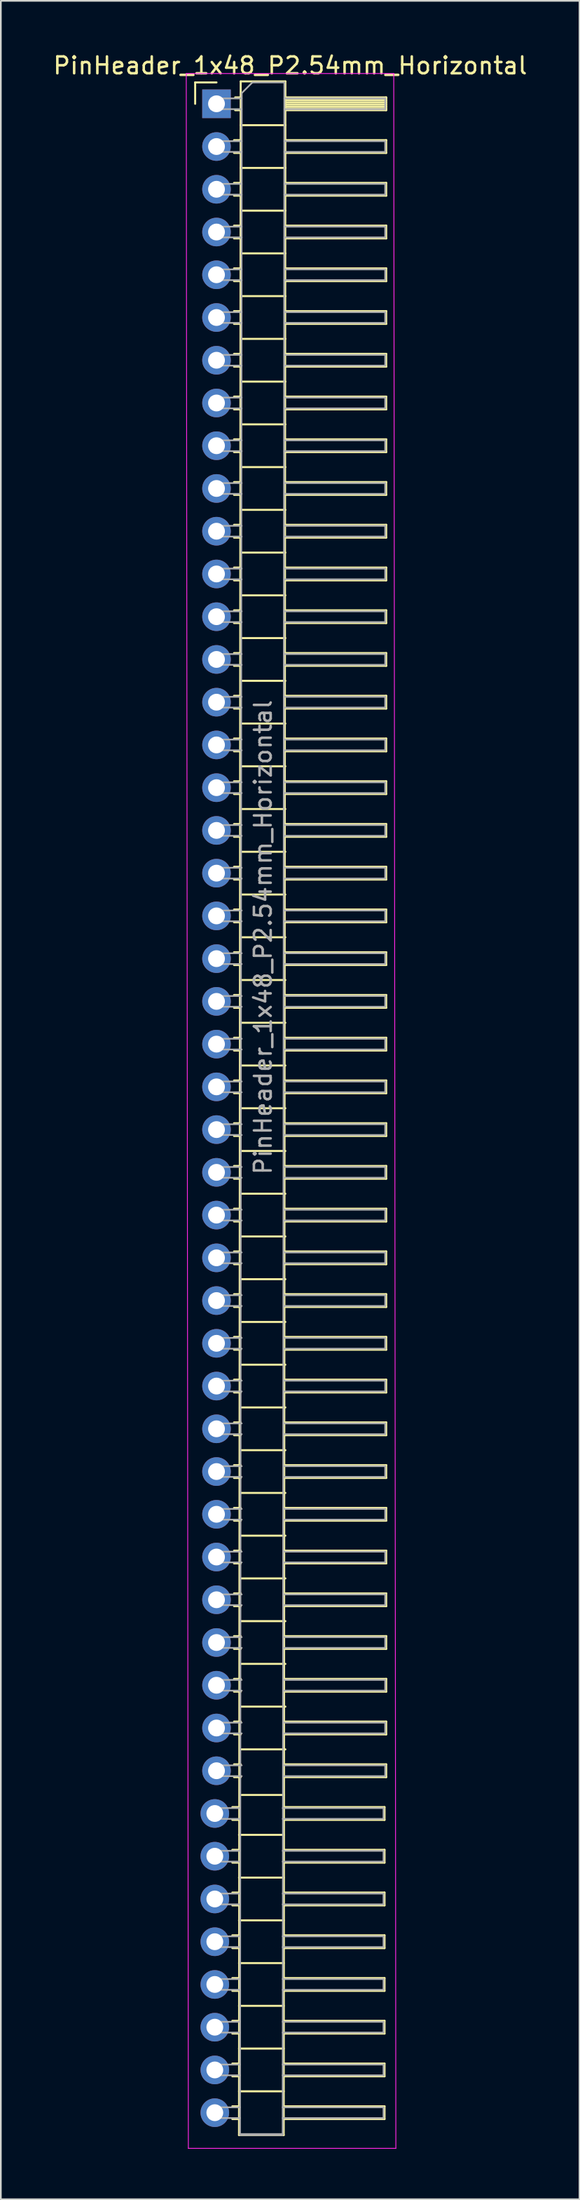
<source format=kicad_pcb>
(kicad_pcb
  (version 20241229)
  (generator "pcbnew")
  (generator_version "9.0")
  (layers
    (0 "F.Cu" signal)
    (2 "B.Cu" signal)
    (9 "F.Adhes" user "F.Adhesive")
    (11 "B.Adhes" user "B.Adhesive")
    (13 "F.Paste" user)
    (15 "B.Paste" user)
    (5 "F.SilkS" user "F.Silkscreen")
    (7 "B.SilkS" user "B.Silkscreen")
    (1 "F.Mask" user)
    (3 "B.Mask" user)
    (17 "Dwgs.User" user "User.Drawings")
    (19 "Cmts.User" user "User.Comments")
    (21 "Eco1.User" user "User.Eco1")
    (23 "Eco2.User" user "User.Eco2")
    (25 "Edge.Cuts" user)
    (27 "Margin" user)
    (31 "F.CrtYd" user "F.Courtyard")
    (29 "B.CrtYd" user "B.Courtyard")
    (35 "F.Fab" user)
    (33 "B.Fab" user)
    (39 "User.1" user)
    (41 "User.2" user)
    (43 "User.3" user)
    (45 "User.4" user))
  (footprint "PinHeader_1x48_P2.54mm_Horizontal"
    (layer "F.Cu")
    (at 9.835 3.118)
    (property "Reference" "PinHeader_1x48_P2.54mm_Horizontal" (at 4.385 -2.27 0) (layer "F.SilkS") (effects (font (size 1 1) (thickness 0.15))))
    (attr through_hole)
    (fp_line (start -1.27 -1.27) (end 0 -1.27) (stroke (width 0.12) (type solid)) (layer "F.SilkS"))
    (fp_line (start -1.27 0) (end -1.27 -1.27) (stroke (width 0.12) (type solid)) (layer "F.SilkS"))
    (fp_line (start 0.943 101.22) (end 1.34 101.22) (stroke (width 0.12) (type solid)) (layer "F.SilkS"))
    (fp_line (start 0.943 101.98) (end 1.34 101.98) (stroke (width 0.12) (type solid)) (layer "F.SilkS"))
    (fp_line (start 0.943 103.76) (end 1.34 103.76) (stroke (width 0.12) (type solid)) (layer "F.SilkS"))
    (fp_line (start 0.943 104.52) (end 1.34 104.52) (stroke (width 0.12) (type solid)) (layer "F.SilkS"))
    (fp_line (start 0.943 106.3) (end 1.34 106.3) (stroke (width 0.12) (type solid)) (layer "F.SilkS"))
    (fp_line (start 0.943 107.06) (end 1.34 107.06) (stroke (width 0.12) (type solid)) (layer "F.SilkS"))
    (fp_line (start 0.943 108.84) (end 1.34 108.84) (stroke (width 0.12) (type solid)) (layer "F.SilkS"))
    (fp_line (start 0.943 109.6) (end 1.34 109.6) (stroke (width 0.12) (type solid)) (layer "F.SilkS"))
    (fp_line (start 0.943 111.38) (end 1.34 111.38) (stroke (width 0.12) (type solid)) (layer "F.SilkS"))
    (fp_line (start 0.943 112.14) (end 1.34 112.14) (stroke (width 0.12) (type solid)) (layer "F.SilkS"))
    (fp_line (start 0.943 113.92) (end 1.34 113.92) (stroke (width 0.12) (type solid)) (layer "F.SilkS"))
    (fp_line (start 0.943 114.68) (end 1.34 114.68) (stroke (width 0.12) (type solid)) (layer "F.SilkS"))
    (fp_line (start 0.943 116.46) (end 1.34 116.46) (stroke (width 0.12) (type solid)) (layer "F.SilkS"))
    (fp_line (start 0.943 117.22) (end 1.34 117.22) (stroke (width 0.12) (type solid)) (layer "F.SilkS"))
    (fp_line (start 0.943 119) (end 1.34 119) (stroke (width 0.12) (type solid)) (layer "F.SilkS"))
    (fp_line (start 0.943 119.76) (end 1.34 119.76) (stroke (width 0.12) (type solid)) (layer "F.SilkS"))
    (fp_line (start 1.043 2.16) (end 1.44 2.16) (stroke (width 0.12) (type solid)) (layer "F.SilkS"))
    (fp_line (start 1.043 2.92) (end 1.44 2.92) (stroke (width 0.12) (type solid)) (layer "F.SilkS"))
    (fp_line (start 1.043 4.7) (end 1.44 4.7) (stroke (width 0.12) (type solid)) (layer "F.SilkS"))
    (fp_line (start 1.043 5.46) (end 1.44 5.46) (stroke (width 0.12) (type solid)) (layer "F.SilkS"))
    (fp_line (start 1.043 7.24) (end 1.44 7.24) (stroke (width 0.12) (type solid)) (layer "F.SilkS"))
    (fp_line (start 1.043 8) (end 1.44 8) (stroke (width 0.12) (type solid)) (layer "F.SilkS"))
    (fp_line (start 1.043 9.78) (end 1.44 9.78) (stroke (width 0.12) (type solid)) (layer "F.SilkS"))
    (fp_line (start 1.043 10.54) (end 1.44 10.54) (stroke (width 0.12) (type solid)) (layer "F.SilkS"))
    (fp_line (start 1.043 12.32) (end 1.44 12.32) (stroke (width 0.12) (type solid)) (layer "F.SilkS"))
    (fp_line (start 1.043 13.08) (end 1.44 13.08) (stroke (width 0.12) (type solid)) (layer "F.SilkS"))
    (fp_line (start 1.043 14.86) (end 1.44 14.86) (stroke (width 0.12) (type solid)) (layer "F.SilkS"))
    (fp_line (start 1.043 15.62) (end 1.44 15.62) (stroke (width 0.12) (type solid)) (layer "F.SilkS"))
    (fp_line (start 1.043 17.4) (end 1.44 17.4) (stroke (width 0.12) (type solid)) (layer "F.SilkS"))
    (fp_line (start 1.043 18.16) (end 1.44 18.16) (stroke (width 0.12) (type solid)) (layer "F.SilkS"))
    (fp_line (start 1.043 19.94) (end 1.44 19.94) (stroke (width 0.12) (type solid)) (layer "F.SilkS"))
    (fp_line (start 1.043 20.7) (end 1.44 20.7) (stroke (width 0.12) (type solid)) (layer "F.SilkS"))
    (fp_line (start 1.043 22.48) (end 1.44 22.48) (stroke (width 0.12) (type solid)) (layer "F.SilkS"))
    (fp_line (start 1.043 23.24) (end 1.44 23.24) (stroke (width 0.12) (type solid)) (layer "F.SilkS"))
    (fp_line (start 1.043 25.02) (end 1.44 25.02) (stroke (width 0.12) (type solid)) (layer "F.SilkS"))
    (fp_line (start 1.043 25.78) (end 1.44 25.78) (stroke (width 0.12) (type solid)) (layer "F.SilkS"))
    (fp_line (start 1.043 27.56) (end 1.44 27.56) (stroke (width 0.12) (type solid)) (layer "F.SilkS"))
    (fp_line (start 1.043 28.32) (end 1.44 28.32) (stroke (width 0.12) (type solid)) (layer "F.SilkS"))
    (fp_line (start 1.043 30.1) (end 1.44 30.1) (stroke (width 0.12) (type solid)) (layer "F.SilkS"))
    (fp_line (start 1.043 30.86) (end 1.44 30.86) (stroke (width 0.12) (type solid)) (layer "F.SilkS"))
    (fp_line (start 1.043 32.64) (end 1.44 32.64) (stroke (width 0.12) (type solid)) (layer "F.SilkS"))
    (fp_line (start 1.043 33.4) (end 1.44 33.4) (stroke (width 0.12) (type solid)) (layer "F.SilkS"))
    (fp_line (start 1.043 35.18) (end 1.44 35.18) (stroke (width 0.12) (type solid)) (layer "F.SilkS"))
    (fp_line (start 1.043 35.94) (end 1.44 35.94) (stroke (width 0.12) (type solid)) (layer "F.SilkS"))
    (fp_line (start 1.043 37.72) (end 1.44 37.72) (stroke (width 0.12) (type solid)) (layer "F.SilkS"))
    (fp_line (start 1.043 38.48) (end 1.44 38.48) (stroke (width 0.12) (type solid)) (layer "F.SilkS"))
    (fp_line (start 1.043 40.26) (end 1.44 40.26) (stroke (width 0.12) (type solid)) (layer "F.SilkS"))
    (fp_line (start 1.043 41.02) (end 1.44 41.02) (stroke (width 0.12) (type solid)) (layer "F.SilkS"))
    (fp_line (start 1.043 42.8) (end 1.44 42.8) (stroke (width 0.12) (type solid)) (layer "F.SilkS"))
    (fp_line (start 1.043 43.56) (end 1.44 43.56) (stroke (width 0.12) (type solid)) (layer "F.SilkS"))
    (fp_line (start 1.043 45.34) (end 1.44 45.34) (stroke (width 0.12) (type solid)) (layer "F.SilkS"))
    (fp_line (start 1.043 46.1) (end 1.44 46.1) (stroke (width 0.12) (type solid)) (layer "F.SilkS"))
    (fp_line (start 1.043 47.88) (end 1.44 47.88) (stroke (width 0.12) (type solid)) (layer "F.SilkS"))
    (fp_line (start 1.043 48.64) (end 1.44 48.64) (stroke (width 0.12) (type solid)) (layer "F.SilkS"))
    (fp_line (start 1.043 50.42) (end 1.44 50.42) (stroke (width 0.12) (type solid)) (layer "F.SilkS"))
    (fp_line (start 1.043 51.18) (end 1.44 51.18) (stroke (width 0.12) (type solid)) (layer "F.SilkS"))
    (fp_line (start 1.043 52.96) (end 1.44 52.96) (stroke (width 0.12) (type solid)) (layer "F.SilkS"))
    (fp_line (start 1.043 53.72) (end 1.44 53.72) (stroke (width 0.12) (type solid)) (layer "F.SilkS"))
    (fp_line (start 1.043 55.5) (end 1.44 55.5) (stroke (width 0.12) (type solid)) (layer "F.SilkS"))
    (fp_line (start 1.043 56.26) (end 1.44 56.26) (stroke (width 0.12) (type solid)) (layer "F.SilkS"))
    (fp_line (start 1.043 58.04) (end 1.44 58.04) (stroke (width 0.12) (type solid)) (layer "F.SilkS"))
    (fp_line (start 1.043 58.8) (end 1.44 58.8) (stroke (width 0.12) (type solid)) (layer "F.SilkS"))
    (fp_line (start 1.043 60.58) (end 1.44 60.58) (stroke (width 0.12) (type solid)) (layer "F.SilkS"))
    (fp_line (start 1.043 61.34) (end 1.44 61.34) (stroke (width 0.12) (type solid)) (layer "F.SilkS"))
    (fp_line (start 1.043 63.12) (end 1.44 63.12) (stroke (width 0.12) (type solid)) (layer "F.SilkS"))
    (fp_line (start 1.043 63.88) (end 1.44 63.88) (stroke (width 0.12) (type solid)) (layer "F.SilkS"))
    (fp_line (start 1.043 65.66) (end 1.44 65.66) (stroke (width 0.12) (type solid)) (layer "F.SilkS"))
    (fp_line (start 1.043 66.42) (end 1.44 66.42) (stroke (width 0.12) (type solid)) (layer "F.SilkS"))
    (fp_line (start 1.043 68.2) (end 1.44 68.2) (stroke (width 0.12) (type solid)) (layer "F.SilkS"))
    (fp_line (start 1.043 68.96) (end 1.44 68.96) (stroke (width 0.12) (type solid)) (layer "F.SilkS"))
    (fp_line (start 1.043 70.74) (end 1.44 70.74) (stroke (width 0.12) (type solid)) (layer "F.SilkS"))
    (fp_line (start 1.043 71.5) (end 1.44 71.5) (stroke (width 0.12) (type solid)) (layer "F.SilkS"))
    (fp_line (start 1.043 73.28) (end 1.44 73.28) (stroke (width 0.12) (type solid)) (layer "F.SilkS"))
    (fp_line (start 1.043 74.04) (end 1.44 74.04) (stroke (width 0.12) (type solid)) (layer "F.SilkS"))
    (fp_line (start 1.043 75.82) (end 1.44 75.82) (stroke (width 0.12) (type solid)) (layer "F.SilkS"))
    (fp_line (start 1.043 76.58) (end 1.44 76.58) (stroke (width 0.12) (type solid)) (layer "F.SilkS"))
    (fp_line (start 1.043 78.36) (end 1.44 78.36) (stroke (width 0.12) (type solid)) (layer "F.SilkS"))
    (fp_line (start 1.043 79.12) (end 1.44 79.12) (stroke (width 0.12) (type solid)) (layer "F.SilkS"))
    (fp_line (start 1.043 80.9) (end 1.44 80.9) (stroke (width 0.12) (type solid)) (layer "F.SilkS"))
    (fp_line (start 1.043 81.66) (end 1.44 81.66) (stroke (width 0.12) (type solid)) (layer "F.SilkS"))
    (fp_line (start 1.043 83.44) (end 1.44 83.44) (stroke (width 0.12) (type solid)) (layer "F.SilkS"))
    (fp_line (start 1.043 84.2) (end 1.44 84.2) (stroke (width 0.12) (type solid)) (layer "F.SilkS"))
    (fp_line (start 1.043 85.98) (end 1.44 85.98) (stroke (width 0.12) (type solid)) (layer "F.SilkS"))
    (fp_line (start 1.043 86.74) (end 1.44 86.74) (stroke (width 0.12) (type solid)) (layer "F.SilkS"))
    (fp_line (start 1.043 88.52) (end 1.44 88.52) (stroke (width 0.12) (type solid)) (layer "F.SilkS"))
    (fp_line (start 1.043 89.28) (end 1.44 89.28) (stroke (width 0.12) (type solid)) (layer "F.SilkS"))
    (fp_line (start 1.043 91.06) (end 1.44 91.06) (stroke (width 0.12) (type solid)) (layer "F.SilkS"))
    (fp_line (start 1.043 91.82) (end 1.44 91.82) (stroke (width 0.12) (type solid)) (layer "F.SilkS"))
    (fp_line (start 1.043 93.6) (end 1.44 93.6) (stroke (width 0.12) (type solid)) (layer "F.SilkS"))
    (fp_line (start 1.043 94.36) (end 1.44 94.36) (stroke (width 0.12) (type solid)) (layer "F.SilkS"))
    (fp_line (start 1.043 96.14) (end 1.44 96.14) (stroke (width 0.12) (type solid)) (layer "F.SilkS"))
    (fp_line (start 1.043 96.9) (end 1.44 96.9) (stroke (width 0.12) (type solid)) (layer "F.SilkS"))
    (fp_line (start 1.043 98.68) (end 1.44 98.68) (stroke (width 0.12) (type solid)) (layer "F.SilkS"))
    (fp_line (start 1.043 99.44) (end 1.44 99.44) (stroke (width 0.12) (type solid)) (layer "F.SilkS"))
    (fp_line (start 1.11 -0.38) (end 1.44 -0.38) (stroke (width 0.12) (type solid)) (layer "F.SilkS"))
    (fp_line (start 1.11 0.38) (end 1.44 0.38) (stroke (width 0.12) (type solid)) (layer "F.SilkS"))
    (fp_line (start 1.34 102.87) (end 4 102.87) (stroke (width 0.12) (type solid)) (layer "F.SilkS"))
    (fp_line (start 1.34 105.41) (end 4 105.41) (stroke (width 0.12) (type solid)) (layer "F.SilkS"))
    (fp_line (start 1.34 107.95) (end 4 107.95) (stroke (width 0.12) (type solid)) (layer "F.SilkS"))
    (fp_line (start 1.34 110.49) (end 4 110.49) (stroke (width 0.12) (type solid)) (layer "F.SilkS"))
    (fp_line (start 1.34 113.03) (end 4 113.03) (stroke (width 0.12) (type solid)) (layer "F.SilkS"))
    (fp_line (start 1.34 115.57) (end 4 115.57) (stroke (width 0.12) (type solid)) (layer "F.SilkS"))
    (fp_line (start 1.34 118.11) (end 4 118.11) (stroke (width 0.12) (type solid)) (layer "F.SilkS"))
    (fp_line (start 1.34 120.71) (end 4 120.71) (stroke (width 0.12) (type solid)) (layer "F.SilkS"))
    (fp_line (start 1.44 -1.33) (end 1.34 120.71) (stroke (width 0.12) (type solid)) (layer "F.SilkS"))
    (fp_line (start 1.44 1.27) (end 4.1 1.27) (stroke (width 0.12) (type solid)) (layer "F.SilkS"))
    (fp_line (start 1.44 3.81) (end 4.1 3.81) (stroke (width 0.12) (type solid)) (layer "F.SilkS"))
    (fp_line (start 1.44 6.35) (end 4.1 6.35) (stroke (width 0.12) (type solid)) (layer "F.SilkS"))
    (fp_line (start 1.44 8.89) (end 4.1 8.89) (stroke (width 0.12) (type solid)) (layer "F.SilkS"))
    (fp_line (start 1.44 11.43) (end 4.1 11.43) (stroke (width 0.12) (type solid)) (layer "F.SilkS"))
    (fp_line (start 1.44 13.97) (end 4.1 13.97) (stroke (width 0.12) (type solid)) (layer "F.SilkS"))
    (fp_line (start 1.44 16.51) (end 4.1 16.51) (stroke (width 0.12) (type solid)) (layer "F.SilkS"))
    (fp_line (start 1.44 19.05) (end 4.1 19.05) (stroke (width 0.12) (type solid)) (layer "F.SilkS"))
    (fp_line (start 1.44 21.59) (end 4.1 21.59) (stroke (width 0.12) (type solid)) (layer "F.SilkS"))
    (fp_line (start 1.44 24.13) (end 4.1 24.13) (stroke (width 0.12) (type solid)) (layer "F.SilkS"))
    (fp_line (start 1.44 26.67) (end 4.1 26.67) (stroke (width 0.12) (type solid)) (layer "F.SilkS"))
    (fp_line (start 1.44 29.21) (end 4.1 29.21) (stroke (width 0.12) (type solid)) (layer "F.SilkS"))
    (fp_line (start 1.44 31.75) (end 4.1 31.75) (stroke (width 0.12) (type solid)) (layer "F.SilkS"))
    (fp_line (start 1.44 34.29) (end 4.1 34.29) (stroke (width 0.12) (type solid)) (layer "F.SilkS"))
    (fp_line (start 1.44 36.83) (end 4.1 36.83) (stroke (width 0.12) (type solid)) (layer "F.SilkS"))
    (fp_line (start 1.44 39.37) (end 4.1 39.37) (stroke (width 0.12) (type solid)) (layer "F.SilkS"))
    (fp_line (start 1.44 41.91) (end 4.1 41.91) (stroke (width 0.12) (type solid)) (layer "F.SilkS"))
    (fp_line (start 1.44 44.45) (end 4.1 44.45) (stroke (width 0.12) (type solid)) (layer "F.SilkS"))
    (fp_line (start 1.44 46.99) (end 4.1 46.99) (stroke (width 0.12) (type solid)) (layer "F.SilkS"))
    (fp_line (start 1.44 49.53) (end 4.1 49.53) (stroke (width 0.12) (type solid)) (layer "F.SilkS"))
    (fp_line (start 1.44 52.07) (end 4.1 52.07) (stroke (width 0.12) (type solid)) (layer "F.SilkS"))
    (fp_line (start 1.44 54.61) (end 4.1 54.61) (stroke (width 0.12) (type solid)) (layer "F.SilkS"))
    (fp_line (start 1.44 57.15) (end 4.1 57.15) (stroke (width 0.12) (type solid)) (layer "F.SilkS"))
    (fp_line (start 1.44 59.69) (end 4.1 59.69) (stroke (width 0.12) (type solid)) (layer "F.SilkS"))
    (fp_line (start 1.44 62.23) (end 4.1 62.23) (stroke (width 0.12) (type solid)) (layer "F.SilkS"))
    (fp_line (start 1.44 64.77) (end 4.1 64.77) (stroke (width 0.12) (type solid)) (layer "F.SilkS"))
    (fp_line (start 1.44 67.31) (end 4.1 67.31) (stroke (width 0.12) (type solid)) (layer "F.SilkS"))
    (fp_line (start 1.44 69.85) (end 4.1 69.85) (stroke (width 0.12) (type solid)) (layer "F.SilkS"))
    (fp_line (start 1.44 72.39) (end 4.1 72.39) (stroke (width 0.12) (type solid)) (layer "F.SilkS"))
    (fp_line (start 1.44 74.93) (end 4.1 74.93) (stroke (width 0.12) (type solid)) (layer "F.SilkS"))
    (fp_line (start 1.44 77.47) (end 4.1 77.47) (stroke (width 0.12) (type solid)) (layer "F.SilkS"))
    (fp_line (start 1.44 80.01) (end 4.1 80.01) (stroke (width 0.12) (type solid)) (layer "F.SilkS"))
    (fp_line (start 1.44 82.55) (end 4.1 82.55) (stroke (width 0.12) (type solid)) (layer "F.SilkS"))
    (fp_line (start 1.44 85.09) (end 4.1 85.09) (stroke (width 0.12) (type solid)) (layer "F.SilkS"))
    (fp_line (start 1.44 87.63) (end 4.1 87.63) (stroke (width 0.12) (type solid)) (layer "F.SilkS"))
    (fp_line (start 1.44 90.17) (end 4.1 90.17) (stroke (width 0.12) (type solid)) (layer "F.SilkS"))
    (fp_line (start 1.44 92.71) (end 4.1 92.71) (stroke (width 0.12) (type solid)) (layer "F.SilkS"))
    (fp_line (start 1.44 95.25) (end 4.1 95.25) (stroke (width 0.12) (type solid)) (layer "F.SilkS"))
    (fp_line (start 1.44 97.79) (end 4.1 97.79) (stroke (width 0.12) (type solid)) (layer "F.SilkS"))
    (fp_line (start 1.5 100.5) (end 4 100.5) (stroke (width 0.12) (type solid)) (layer "F.SilkS"))
    (fp_line (start 4 101.22) (end 10 101.22) (stroke (width 0.12) (type solid)) (layer "F.SilkS"))
    (fp_line (start 4 103.76) (end 10 103.76) (stroke (width 0.12) (type solid)) (layer "F.SilkS"))
    (fp_line (start 4 106.3) (end 10 106.3) (stroke (width 0.12) (type solid)) (layer "F.SilkS"))
    (fp_line (start 4 108.84) (end 10 108.84) (stroke (width 0.12) (type solid)) (layer "F.SilkS"))
    (fp_line (start 4 111.38) (end 10 111.38) (stroke (width 0.12) (type solid)) (layer "F.SilkS"))
    (fp_line (start 4 113.92) (end 10 113.92) (stroke (width 0.12) (type solid)) (layer "F.SilkS"))
    (fp_line (start 4 116.46) (end 10 116.46) (stroke (width 0.12) (type solid)) (layer "F.SilkS"))
    (fp_line (start 4 119) (end 10 119) (stroke (width 0.12) (type solid)) (layer "F.SilkS"))
    (fp_line (start 4 120.71) (end 4.1 -1.33) (stroke (width 0.12) (type solid)) (layer "F.SilkS"))
    (fp_line (start 4.1 -1.33) (end 1.44 -1.33) (stroke (width 0.12) (type solid)) (layer "F.SilkS"))
    (fp_line (start 4.1 -0.38) (end 10.1 -0.38) (stroke (width 0.12) (type solid)) (layer "F.SilkS"))
    (fp_line (start 4.1 -0.32) (end 10.1 -0.32) (stroke (width 0.12) (type solid)) (layer "F.SilkS"))
    (fp_line (start 4.1 -0.2) (end 10.1 -0.2) (stroke (width 0.12) (type solid)) (layer "F.SilkS"))
    (fp_line (start 4.1 -0.08) (end 10.1 -0.08) (stroke (width 0.12) (type solid)) (layer "F.SilkS"))
    (fp_line (start 4.1 0.04) (end 10.1 0.04) (stroke (width 0.12) (type solid)) (layer "F.SilkS"))
    (fp_line (start 4.1 0.16) (end 10.1 0.16) (stroke (width 0.12) (type solid)) (layer "F.SilkS"))
    (fp_line (start 4.1 0.28) (end 10.1 0.28) (stroke (width 0.12) (type solid)) (layer "F.SilkS"))
    (fp_line (start 4.1 2.16) (end 10.1 2.16) (stroke (width 0.12) (type solid)) (layer "F.SilkS"))
    (fp_line (start 4.1 4.7) (end 10.1 4.7) (stroke (width 0.12) (type solid)) (layer "F.SilkS"))
    (fp_line (start 4.1 7.24) (end 10.1 7.24) (stroke (width 0.12) (type solid)) (layer "F.SilkS"))
    (fp_line (start 4.1 9.78) (end 10.1 9.78) (stroke (width 0.12) (type solid)) (layer "F.SilkS"))
    (fp_line (start 4.1 12.32) (end 10.1 12.32) (stroke (width 0.12) (type solid)) (layer "F.SilkS"))
    (fp_line (start 4.1 14.86) (end 10.1 14.86) (stroke (width 0.12) (type solid)) (layer "F.SilkS"))
    (fp_line (start 4.1 17.4) (end 10.1 17.4) (stroke (width 0.12) (type solid)) (layer "F.SilkS"))
    (fp_line (start 4.1 19.94) (end 10.1 19.94) (stroke (width 0.12) (type solid)) (layer "F.SilkS"))
    (fp_line (start 4.1 22.48) (end 10.1 22.48) (stroke (width 0.12) (type solid)) (layer "F.SilkS"))
    (fp_line (start 4.1 25.02) (end 10.1 25.02) (stroke (width 0.12) (type solid)) (layer "F.SilkS"))
    (fp_line (start 4.1 27.56) (end 10.1 27.56) (stroke (width 0.12) (type solid)) (layer "F.SilkS"))
    (fp_line (start 4.1 30.1) (end 10.1 30.1) (stroke (width 0.12) (type solid)) (layer "F.SilkS"))
    (fp_line (start 4.1 32.64) (end 10.1 32.64) (stroke (width 0.12) (type solid)) (layer "F.SilkS"))
    (fp_line (start 4.1 35.18) (end 10.1 35.18) (stroke (width 0.12) (type solid)) (layer "F.SilkS"))
    (fp_line (start 4.1 37.72) (end 10.1 37.72) (stroke (width 0.12) (type solid)) (layer "F.SilkS"))
    (fp_line (start 4.1 40.26) (end 10.1 40.26) (stroke (width 0.12) (type solid)) (layer "F.SilkS"))
    (fp_line (start 4.1 42.8) (end 10.1 42.8) (stroke (width 0.12) (type solid)) (layer "F.SilkS"))
    (fp_line (start 4.1 45.34) (end 10.1 45.34) (stroke (width 0.12) (type solid)) (layer "F.SilkS"))
    (fp_line (start 4.1 47.88) (end 10.1 47.88) (stroke (width 0.12) (type solid)) (layer "F.SilkS"))
    (fp_line (start 4.1 50.42) (end 10.1 50.42) (stroke (width 0.12) (type solid)) (layer "F.SilkS"))
    (fp_line (start 4.1 52.96) (end 10.1 52.96) (stroke (width 0.12) (type solid)) (layer "F.SilkS"))
    (fp_line (start 4.1 55.5) (end 10.1 55.5) (stroke (width 0.12) (type solid)) (layer "F.SilkS"))
    (fp_line (start 4.1 58.04) (end 10.1 58.04) (stroke (width 0.12) (type solid)) (layer "F.SilkS"))
    (fp_line (start 4.1 60.58) (end 10.1 60.58) (stroke (width 0.12) (type solid)) (layer "F.SilkS"))
    (fp_line (start 4.1 63.12) (end 10.1 63.12) (stroke (width 0.12) (type solid)) (layer "F.SilkS"))
    (fp_line (start 4.1 65.66) (end 10.1 65.66) (stroke (width 0.12) (type solid)) (layer "F.SilkS"))
    (fp_line (start 4.1 68.2) (end 10.1 68.2) (stroke (width 0.12) (type solid)) (layer "F.SilkS"))
    (fp_line (start 4.1 70.74) (end 10.1 70.74) (stroke (width 0.12) (type solid)) (layer "F.SilkS"))
    (fp_line (start 4.1 73.28) (end 10.1 73.28) (stroke (width 0.12) (type solid)) (layer "F.SilkS"))
    (fp_line (start 4.1 75.82) (end 10.1 75.82) (stroke (width 0.12) (type solid)) (layer "F.SilkS"))
    (fp_line (start 4.1 78.36) (end 10.1 78.36) (stroke (width 0.12) (type solid)) (layer "F.SilkS"))
    (fp_line (start 4.1 80.9) (end 10.1 80.9) (stroke (width 0.12) (type solid)) (layer "F.SilkS"))
    (fp_line (start 4.1 83.44) (end 10.1 83.44) (stroke (width 0.12) (type solid)) (layer "F.SilkS"))
    (fp_line (start 4.1 85.98) (end 10.1 85.98) (stroke (width 0.12) (type solid)) (layer "F.SilkS"))
    (fp_line (start 4.1 88.52) (end 10.1 88.52) (stroke (width 0.12) (type solid)) (layer "F.SilkS"))
    (fp_line (start 4.1 91.06) (end 10.1 91.06) (stroke (width 0.12) (type solid)) (layer "F.SilkS"))
    (fp_line (start 4.1 93.6) (end 10.1 93.6) (stroke (width 0.12) (type solid)) (layer "F.SilkS"))
    (fp_line (start 4.1 96.14) (end 10.1 96.14) (stroke (width 0.12) (type solid)) (layer "F.SilkS"))
    (fp_line (start 4.1 98.68) (end 10.1 98.68) (stroke (width 0.12) (type solid)) (layer "F.SilkS"))
    (fp_line (start 10 101.22) (end 10 101.98) (stroke (width 0.12) (type solid)) (layer "F.SilkS"))
    (fp_line (start 10 101.98) (end 4 101.98) (stroke (width 0.12) (type solid)) (layer "F.SilkS"))
    (fp_line (start 10 103.76) (end 10 104.52) (stroke (width 0.12) (type solid)) (layer "F.SilkS"))
    (fp_line (start 10 104.52) (end 4 104.52) (stroke (width 0.12) (type solid)) (layer "F.SilkS"))
    (fp_line (start 10 106.3) (end 10 107.06) (stroke (width 0.12) (type solid)) (layer "F.SilkS"))
    (fp_line (start 10 107.06) (end 4 107.06) (stroke (width 0.12) (type solid)) (layer "F.SilkS"))
    (fp_line (start 10 108.84) (end 10 109.6) (stroke (width 0.12) (type solid)) (layer "F.SilkS"))
    (fp_line (start 10 109.6) (end 4 109.6) (stroke (width 0.12) (type solid)) (layer "F.SilkS"))
    (fp_line (start 10 111.38) (end 10 112.14) (stroke (width 0.12) (type solid)) (layer "F.SilkS"))
    (fp_line (start 10 112.14) (end 4 112.14) (stroke (width 0.12) (type solid)) (layer "F.SilkS"))
    (fp_line (start 10 113.92) (end 10 114.68) (stroke (width 0.12) (type solid)) (layer "F.SilkS"))
    (fp_line (start 10 114.68) (end 4 114.68) (stroke (width 0.12) (type solid)) (layer "F.SilkS"))
    (fp_line (start 10 116.46) (end 10 117.22) (stroke (width 0.12) (type solid)) (layer "F.SilkS"))
    (fp_line (start 10 117.22) (end 4 117.22) (stroke (width 0.12) (type solid)) (layer "F.SilkS"))
    (fp_line (start 10 119) (end 10 119.76) (stroke (width 0.12) (type solid)) (layer "F.SilkS"))
    (fp_line (start 10 119.76) (end 4 119.76) (stroke (width 0.12) (type solid)) (layer "F.SilkS"))
    (fp_line (start 10.1 -0.38) (end 10.1 0.38) (stroke (width 0.12) (type solid)) (layer "F.SilkS"))
    (fp_line (start 10.1 0.38) (end 4.1 0.38) (stroke (width 0.12) (type solid)) (layer "F.SilkS"))
    (fp_line (start 10.1 2.16) (end 10.1 2.92) (stroke (width 0.12) (type solid)) (layer "F.SilkS"))
    (fp_line (start 10.1 2.92) (end 4.1 2.92) (stroke (width 0.12) (type solid)) (layer "F.SilkS"))
    (fp_line (start 10.1 4.7) (end 10.1 5.46) (stroke (width 0.12) (type solid)) (layer "F.SilkS"))
    (fp_line (start 10.1 5.46) (end 4.1 5.46) (stroke (width 0.12) (type solid)) (layer "F.SilkS"))
    (fp_line (start 10.1 7.24) (end 10.1 8) (stroke (width 0.12) (type solid)) (layer "F.SilkS"))
    (fp_line (start 10.1 8) (end 4.1 8) (stroke (width 0.12) (type solid)) (layer "F.SilkS"))
    (fp_line (start 10.1 9.78) (end 10.1 10.54) (stroke (width 0.12) (type solid)) (layer "F.SilkS"))
    (fp_line (start 10.1 10.54) (end 4.1 10.54) (stroke (width 0.12) (type solid)) (layer "F.SilkS"))
    (fp_line (start 10.1 12.32) (end 10.1 13.08) (stroke (width 0.12) (type solid)) (layer "F.SilkS"))
    (fp_line (start 10.1 13.08) (end 4.1 13.08) (stroke (width 0.12) (type solid)) (layer "F.SilkS"))
    (fp_line (start 10.1 14.86) (end 10.1 15.62) (stroke (width 0.12) (type solid)) (layer "F.SilkS"))
    (fp_line (start 10.1 15.62) (end 4.1 15.62) (stroke (width 0.12) (type solid)) (layer "F.SilkS"))
    (fp_line (start 10.1 17.4) (end 10.1 18.16) (stroke (width 0.12) (type solid)) (layer "F.SilkS"))
    (fp_line (start 10.1 18.16) (end 4.1 18.16) (stroke (width 0.12) (type solid)) (layer "F.SilkS"))
    (fp_line (start 10.1 19.94) (end 10.1 20.7) (stroke (width 0.12) (type solid)) (layer "F.SilkS"))
    (fp_line (start 10.1 20.7) (end 4.1 20.7) (stroke (width 0.12) (type solid)) (layer "F.SilkS"))
    (fp_line (start 10.1 22.48) (end 10.1 23.24) (stroke (width 0.12) (type solid)) (layer "F.SilkS"))
    (fp_line (start 10.1 23.24) (end 4.1 23.24) (stroke (width 0.12) (type solid)) (layer "F.SilkS"))
    (fp_line (start 10.1 25.02) (end 10.1 25.78) (stroke (width 0.12) (type solid)) (layer "F.SilkS"))
    (fp_line (start 10.1 25.78) (end 4.1 25.78) (stroke (width 0.12) (type solid)) (layer "F.SilkS"))
    (fp_line (start 10.1 27.56) (end 10.1 28.32) (stroke (width 0.12) (type solid)) (layer "F.SilkS"))
    (fp_line (start 10.1 28.32) (end 4.1 28.32) (stroke (width 0.12) (type solid)) (layer "F.SilkS"))
    (fp_line (start 10.1 30.1) (end 10.1 30.86) (stroke (width 0.12) (type solid)) (layer "F.SilkS"))
    (fp_line (start 10.1 30.86) (end 4.1 30.86) (stroke (width 0.12) (type solid)) (layer "F.SilkS"))
    (fp_line (start 10.1 32.64) (end 10.1 33.4) (stroke (width 0.12) (type solid)) (layer "F.SilkS"))
    (fp_line (start 10.1 33.4) (end 4.1 33.4) (stroke (width 0.12) (type solid)) (layer "F.SilkS"))
    (fp_line (start 10.1 35.18) (end 10.1 35.94) (stroke (width 0.12) (type solid)) (layer "F.SilkS"))
    (fp_line (start 10.1 35.94) (end 4.1 35.94) (stroke (width 0.12) (type solid)) (layer "F.SilkS"))
    (fp_line (start 10.1 37.72) (end 10.1 38.48) (stroke (width 0.12) (type solid)) (layer "F.SilkS"))
    (fp_line (start 10.1 38.48) (end 4.1 38.48) (stroke (width 0.12) (type solid)) (layer "F.SilkS"))
    (fp_line (start 10.1 40.26) (end 10.1 41.02) (stroke (width 0.12) (type solid)) (layer "F.SilkS"))
    (fp_line (start 10.1 41.02) (end 4.1 41.02) (stroke (width 0.12) (type solid)) (layer "F.SilkS"))
    (fp_line (start 10.1 42.8) (end 10.1 43.56) (stroke (width 0.12) (type solid)) (layer "F.SilkS"))
    (fp_line (start 10.1 43.56) (end 4.1 43.56) (stroke (width 0.12) (type solid)) (layer "F.SilkS"))
    (fp_line (start 10.1 45.34) (end 10.1 46.1) (stroke (width 0.12) (type solid)) (layer "F.SilkS"))
    (fp_line (start 10.1 46.1) (end 4.1 46.1) (stroke (width 0.12) (type solid)) (layer "F.SilkS"))
    (fp_line (start 10.1 47.88) (end 10.1 48.64) (stroke (width 0.12) (type solid)) (layer "F.SilkS"))
    (fp_line (start 10.1 48.64) (end 4.1 48.64) (stroke (width 0.12) (type solid)) (layer "F.SilkS"))
    (fp_line (start 10.1 50.42) (end 10.1 51.18) (stroke (width 0.12) (type solid)) (layer "F.SilkS"))
    (fp_line (start 10.1 51.18) (end 4.1 51.18) (stroke (width 0.12) (type solid)) (layer "F.SilkS"))
    (fp_line (start 10.1 52.96) (end 10.1 53.72) (stroke (width 0.12) (type solid)) (layer "F.SilkS"))
    (fp_line (start 10.1 53.72) (end 4.1 53.72) (stroke (width 0.12) (type solid)) (layer "F.SilkS"))
    (fp_line (start 10.1 55.5) (end 10.1 56.26) (stroke (width 0.12) (type solid)) (layer "F.SilkS"))
    (fp_line (start 10.1 56.26) (end 4.1 56.26) (stroke (width 0.12) (type solid)) (layer "F.SilkS"))
    (fp_line (start 10.1 58.04) (end 10.1 58.8) (stroke (width 0.12) (type solid)) (layer "F.SilkS"))
    (fp_line (start 10.1 58.8) (end 4.1 58.8) (stroke (width 0.12) (type solid)) (layer "F.SilkS"))
    (fp_line (start 10.1 60.58) (end 10.1 61.34) (stroke (width 0.12) (type solid)) (layer "F.SilkS"))
    (fp_line (start 10.1 61.34) (end 4.1 61.34) (stroke (width 0.12) (type solid)) (layer "F.SilkS"))
    (fp_line (start 10.1 63.12) (end 10.1 63.88) (stroke (width 0.12) (type solid)) (layer "F.SilkS"))
    (fp_line (start 10.1 63.88) (end 4.1 63.88) (stroke (width 0.12) (type solid)) (layer "F.SilkS"))
    (fp_line (start 10.1 65.66) (end 10.1 66.42) (stroke (width 0.12) (type solid)) (layer "F.SilkS"))
    (fp_line (start 10.1 66.42) (end 4.1 66.42) (stroke (width 0.12) (type solid)) (layer "F.SilkS"))
    (fp_line (start 10.1 68.2) (end 10.1 68.96) (stroke (width 0.12) (type solid)) (layer "F.SilkS"))
    (fp_line (start 10.1 68.96) (end 4.1 68.96) (stroke (width 0.12) (type solid)) (layer "F.SilkS"))
    (fp_line (start 10.1 70.74) (end 10.1 71.5) (stroke (width 0.12) (type solid)) (layer "F.SilkS"))
    (fp_line (start 10.1 71.5) (end 4.1 71.5) (stroke (width 0.12) (type solid)) (layer "F.SilkS"))
    (fp_line (start 10.1 73.28) (end 10.1 74.04) (stroke (width 0.12) (type solid)) (layer "F.SilkS"))
    (fp_line (start 10.1 74.04) (end 4.1 74.04) (stroke (width 0.12) (type solid)) (layer "F.SilkS"))
    (fp_line (start 10.1 75.82) (end 10.1 76.58) (stroke (width 0.12) (type solid)) (layer "F.SilkS"))
    (fp_line (start 10.1 76.58) (end 4.1 76.58) (stroke (width 0.12) (type solid)) (layer "F.SilkS"))
    (fp_line (start 10.1 78.36) (end 10.1 79.12) (stroke (width 0.12) (type solid)) (layer "F.SilkS"))
    (fp_line (start 10.1 79.12) (end 4.1 79.12) (stroke (width 0.12) (type solid)) (layer "F.SilkS"))
    (fp_line (start 10.1 80.9) (end 10.1 81.66) (stroke (width 0.12) (type solid)) (layer "F.SilkS"))
    (fp_line (start 10.1 81.66) (end 4.1 81.66) (stroke (width 0.12) (type solid)) (layer "F.SilkS"))
    (fp_line (start 10.1 83.44) (end 10.1 84.2) (stroke (width 0.12) (type solid)) (layer "F.SilkS"))
    (fp_line (start 10.1 84.2) (end 4.1 84.2) (stroke (width 0.12) (type solid)) (layer "F.SilkS"))
    (fp_line (start 10.1 85.98) (end 10.1 86.74) (stroke (width 0.12) (type solid)) (layer "F.SilkS"))
    (fp_line (start 10.1 86.74) (end 4.1 86.74) (stroke (width 0.12) (type solid)) (layer "F.SilkS"))
    (fp_line (start 10.1 88.52) (end 10.1 89.28) (stroke (width 0.12) (type solid)) (layer "F.SilkS"))
    (fp_line (start 10.1 89.28) (end 4.1 89.28) (stroke (width 0.12) (type solid)) (layer "F.SilkS"))
    (fp_line (start 10.1 91.06) (end 10.1 91.82) (stroke (width 0.12) (type solid)) (layer "F.SilkS"))
    (fp_line (start 10.1 91.82) (end 4.1 91.82) (stroke (width 0.12) (type solid)) (layer "F.SilkS"))
    (fp_line (start 10.1 93.6) (end 10.1 94.36) (stroke (width 0.12) (type solid)) (layer "F.SilkS"))
    (fp_line (start 10.1 94.36) (end 4.1 94.36) (stroke (width 0.12) (type solid)) (layer "F.SilkS"))
    (fp_line (start 10.1 96.14) (end 10.1 96.9) (stroke (width 0.12) (type solid)) (layer "F.SilkS"))
    (fp_line (start 10.1 96.9) (end 4.1 96.9) (stroke (width 0.12) (type solid)) (layer "F.SilkS"))
    (fp_line (start 10.1 98.68) (end 10.1 99.44) (stroke (width 0.12) (type solid)) (layer "F.SilkS"))
    (fp_line (start 10.1 99.44) (end 4.1 99.44) (stroke (width 0.12) (type solid)) (layer "F.SilkS"))
    (fp_line (start -1.8 -1.8) (end -1.675 121.5) (stroke (width 0.05) (type solid)) (layer "F.CrtYd"))
    (fp_line (start -1.675 121.5) (end 10.675 121.5) (stroke (width 0.05) (type solid)) (layer "F.CrtYd"))
    (fp_line (start 10.55 -1.8) (end -1.8 -1.8) (stroke (width 0.05) (type solid)) (layer "F.CrtYd"))
    (fp_line (start 10.675 121.5) (end 10.55 -1.8) (stroke (width 0.05) (type solid)) (layer "F.CrtYd"))
    (fp_line (start -0.42 101.28) (end -0.42 101.92) (stroke (width 0.1) (type solid)) (layer "F.Fab"))
    (fp_line (start -0.42 101.28) (end 1.4 101.28) (stroke (width 0.1) (type solid)) (layer "F.Fab"))
    (fp_line (start -0.42 101.92) (end 1.4 101.92) (stroke (width 0.1) (type solid)) (layer "F.Fab"))
    (fp_line (start -0.42 103.82) (end -0.42 104.46) (stroke (width 0.1) (type solid)) (layer "F.Fab"))
    (fp_line (start -0.42 103.82) (end 1.4 103.82) (stroke (width 0.1) (type solid)) (layer "F.Fab"))
    (fp_line (start -0.42 104.46) (end 1.4 104.46) (stroke (width 0.1) (type solid)) (layer "F.Fab"))
    (fp_line (start -0.42 106.36) (end -0.42 107) (stroke (width 0.1) (type solid)) (layer "F.Fab"))
    (fp_line (start -0.42 106.36) (end 1.4 106.36) (stroke (width 0.1) (type solid)) (layer "F.Fab"))
    (fp_line (start -0.42 107) (end 1.4 107) (stroke (width 0.1) (type solid)) (layer "F.Fab"))
    (fp_line (start -0.42 108.9) (end -0.42 109.54) (stroke (width 0.1) (type solid)) (layer "F.Fab"))
    (fp_line (start -0.42 108.9) (end 1.4 108.9) (stroke (width 0.1) (type solid)) (layer "F.Fab"))
    (fp_line (start -0.42 109.54) (end 1.4 109.54) (stroke (width 0.1) (type solid)) (layer "F.Fab"))
    (fp_line (start -0.42 111.44) (end -0.42 112.08) (stroke (width 0.1) (type solid)) (layer "F.Fab"))
    (fp_line (start -0.42 111.44) (end 1.4 111.44) (stroke (width 0.1) (type solid)) (layer "F.Fab"))
    (fp_line (start -0.42 112.08) (end 1.4 112.08) (stroke (width 0.1) (type solid)) (layer "F.Fab"))
    (fp_line (start -0.42 113.98) (end -0.42 114.62) (stroke (width 0.1) (type solid)) (layer "F.Fab"))
    (fp_line (start -0.42 113.98) (end 1.4 113.98) (stroke (width 0.1) (type solid)) (layer "F.Fab"))
    (fp_line (start -0.42 114.62) (end 1.4 114.62) (stroke (width 0.1) (type solid)) (layer "F.Fab"))
    (fp_line (start -0.42 116.52) (end -0.42 117.16) (stroke (width 0.1) (type solid)) (layer "F.Fab"))
    (fp_line (start -0.42 116.52) (end 1.4 116.52) (stroke (width 0.1) (type solid)) (layer "F.Fab"))
    (fp_line (start -0.42 117.16) (end 1.4 117.16) (stroke (width 0.1) (type solid)) (layer "F.Fab"))
    (fp_line (start -0.42 119.06) (end -0.42 119.7) (stroke (width 0.1) (type solid)) (layer "F.Fab"))
    (fp_line (start -0.42 119.06) (end 1.4 119.06) (stroke (width 0.1) (type solid)) (layer "F.Fab"))
    (fp_line (start -0.42 119.7) (end 1.4 119.7) (stroke (width 0.1) (type solid)) (layer "F.Fab"))
    (fp_line (start -0.32 -0.32) (end -0.32 0.32) (stroke (width 0.1) (type solid)) (layer "F.Fab"))
    (fp_line (start -0.32 -0.32) (end 1.5 -0.32) (stroke (width 0.1) (type solid)) (layer "F.Fab"))
    (fp_line (start -0.32 0.32) (end 1.5 0.32) (stroke (width 0.1) (type solid)) (layer "F.Fab"))
    (fp_line (start -0.32 2.22) (end -0.32 2.86) (stroke (width 0.1) (type solid)) (layer "F.Fab"))
    (fp_line (start -0.32 2.22) (end 1.5 2.22) (stroke (width 0.1) (type solid)) (layer "F.Fab"))
    (fp_line (start -0.32 2.86) (end 1.5 2.86) (stroke (width 0.1) (type solid)) (layer "F.Fab"))
    (fp_line (start -0.32 4.76) (end -0.32 5.4) (stroke (width 0.1) (type solid)) (layer "F.Fab"))
    (fp_line (start -0.32 4.76) (end 1.5 4.76) (stroke (width 0.1) (type solid)) (layer "F.Fab"))
    (fp_line (start -0.32 5.4) (end 1.5 5.4) (stroke (width 0.1) (type solid)) (layer "F.Fab"))
    (fp_line (start -0.32 7.3) (end -0.32 7.94) (stroke (width 0.1) (type solid)) (layer "F.Fab"))
    (fp_line (start -0.32 7.3) (end 1.5 7.3) (stroke (width 0.1) (type solid)) (layer "F.Fab"))
    (fp_line (start -0.32 7.94) (end 1.5 7.94) (stroke (width 0.1) (type solid)) (layer "F.Fab"))
    (fp_line (start -0.32 9.84) (end -0.32 10.48) (stroke (width 0.1) (type solid)) (layer "F.Fab"))
    (fp_line (start -0.32 9.84) (end 1.5 9.84) (stroke (width 0.1) (type solid)) (layer "F.Fab"))
    (fp_line (start -0.32 10.48) (end 1.5 10.48) (stroke (width 0.1) (type solid)) (layer "F.Fab"))
    (fp_line (start -0.32 12.38) (end -0.32 13.02) (stroke (width 0.1) (type solid)) (layer "F.Fab"))
    (fp_line (start -0.32 12.38) (end 1.5 12.38) (stroke (width 0.1) (type solid)) (layer "F.Fab"))
    (fp_line (start -0.32 13.02) (end 1.5 13.02) (stroke (width 0.1) (type solid)) (layer "F.Fab"))
    (fp_line (start -0.32 14.92) (end -0.32 15.56) (stroke (width 0.1) (type solid)) (layer "F.Fab"))
    (fp_line (start -0.32 14.92) (end 1.5 14.92) (stroke (width 0.1) (type solid)) (layer "F.Fab"))
    (fp_line (start -0.32 15.56) (end 1.5 15.56) (stroke (width 0.1) (type solid)) (layer "F.Fab"))
    (fp_line (start -0.32 17.46) (end -0.32 18.1) (stroke (width 0.1) (type solid)) (layer "F.Fab"))
    (fp_line (start -0.32 17.46) (end 1.5 17.46) (stroke (width 0.1) (type solid)) (layer "F.Fab"))
    (fp_line (start -0.32 18.1) (end 1.5 18.1) (stroke (width 0.1) (type solid)) (layer "F.Fab"))
    (fp_line (start -0.32 20) (end -0.32 20.64) (stroke (width 0.1) (type solid)) (layer "F.Fab"))
    (fp_line (start -0.32 20) (end 1.5 20) (stroke (width 0.1) (type solid)) (layer "F.Fab"))
    (fp_line (start -0.32 20.64) (end 1.5 20.64) (stroke (width 0.1) (type solid)) (layer "F.Fab"))
    (fp_line (start -0.32 22.54) (end -0.32 23.18) (stroke (width 0.1) (type solid)) (layer "F.Fab"))
    (fp_line (start -0.32 22.54) (end 1.5 22.54) (stroke (width 0.1) (type solid)) (layer "F.Fab"))
    (fp_line (start -0.32 23.18) (end 1.5 23.18) (stroke (width 0.1) (type solid)) (layer "F.Fab"))
    (fp_line (start -0.32 25.08) (end -0.32 25.72) (stroke (width 0.1) (type solid)) (layer "F.Fab"))
    (fp_line (start -0.32 25.08) (end 1.5 25.08) (stroke (width 0.1) (type solid)) (layer "F.Fab"))
    (fp_line (start -0.32 25.72) (end 1.5 25.72) (stroke (width 0.1) (type solid)) (layer "F.Fab"))
    (fp_line (start -0.32 27.62) (end -0.32 28.26) (stroke (width 0.1) (type solid)) (layer "F.Fab"))
    (fp_line (start -0.32 27.62) (end 1.5 27.62) (stroke (width 0.1) (type solid)) (layer "F.Fab"))
    (fp_line (start -0.32 28.26) (end 1.5 28.26) (stroke (width 0.1) (type solid)) (layer "F.Fab"))
    (fp_line (start -0.32 30.16) (end -0.32 30.8) (stroke (width 0.1) (type solid)) (layer "F.Fab"))
    (fp_line (start -0.32 30.16) (end 1.5 30.16) (stroke (width 0.1) (type solid)) (layer "F.Fab"))
    (fp_line (start -0.32 30.8) (end 1.5 30.8) (stroke (width 0.1) (type solid)) (layer "F.Fab"))
    (fp_line (start -0.32 32.7) (end -0.32 33.34) (stroke (width 0.1) (type solid)) (layer "F.Fab"))
    (fp_line (start -0.32 32.7) (end 1.5 32.7) (stroke (width 0.1) (type solid)) (layer "F.Fab"))
    (fp_line (start -0.32 33.34) (end 1.5 33.34) (stroke (width 0.1) (type solid)) (layer "F.Fab"))
    (fp_line (start -0.32 35.24) (end -0.32 35.88) (stroke (width 0.1) (type solid)) (layer "F.Fab"))
    (fp_line (start -0.32 35.24) (end 1.5 35.24) (stroke (width 0.1) (type solid)) (layer "F.Fab"))
    (fp_line (start -0.32 35.88) (end 1.5 35.88) (stroke (width 0.1) (type solid)) (layer "F.Fab"))
    (fp_line (start -0.32 37.78) (end -0.32 38.42) (stroke (width 0.1) (type solid)) (layer "F.Fab"))
    (fp_line (start -0.32 37.78) (end 1.5 37.78) (stroke (width 0.1) (type solid)) (layer "F.Fab"))
    (fp_line (start -0.32 38.42) (end 1.5 38.42) (stroke (width 0.1) (type solid)) (layer "F.Fab"))
    (fp_line (start -0.32 40.32) (end -0.32 40.96) (stroke (width 0.1) (type solid)) (layer "F.Fab"))
    (fp_line (start -0.32 40.32) (end 1.5 40.32) (stroke (width 0.1) (type solid)) (layer "F.Fab"))
    (fp_line (start -0.32 40.96) (end 1.5 40.96) (stroke (width 0.1) (type solid)) (layer "F.Fab"))
    (fp_line (start -0.32 42.86) (end -0.32 43.5) (stroke (width 0.1) (type solid)) (layer "F.Fab"))
    (fp_line (start -0.32 42.86) (end 1.5 42.86) (stroke (width 0.1) (type solid)) (layer "F.Fab"))
    (fp_line (start -0.32 43.5) (end 1.5 43.5) (stroke (width 0.1) (type solid)) (layer "F.Fab"))
    (fp_line (start -0.32 45.4) (end -0.32 46.04) (stroke (width 0.1) (type solid)) (layer "F.Fab"))
    (fp_line (start -0.32 45.4) (end 1.5 45.4) (stroke (width 0.1) (type solid)) (layer "F.Fab"))
    (fp_line (start -0.32 46.04) (end 1.5 46.04) (stroke (width 0.1) (type solid)) (layer "F.Fab"))
    (fp_line (start -0.32 47.94) (end -0.32 48.58) (stroke (width 0.1) (type solid)) (layer "F.Fab"))
    (fp_line (start -0.32 47.94) (end 1.5 47.94) (stroke (width 0.1) (type solid)) (layer "F.Fab"))
    (fp_line (start -0.32 48.58) (end 1.5 48.58) (stroke (width 0.1) (type solid)) (layer "F.Fab"))
    (fp_line (start -0.32 50.48) (end -0.32 51.12) (stroke (width 0.1) (type solid)) (layer "F.Fab"))
    (fp_line (start -0.32 50.48) (end 1.5 50.48) (stroke (width 0.1) (type solid)) (layer "F.Fab"))
    (fp_line (start -0.32 51.12) (end 1.5 51.12) (stroke (width 0.1) (type solid)) (layer "F.Fab"))
    (fp_line (start -0.32 53.02) (end -0.32 53.66) (stroke (width 0.1) (type solid)) (layer "F.Fab"))
    (fp_line (start -0.32 53.02) (end 1.5 53.02) (stroke (width 0.1) (type solid)) (layer "F.Fab"))
    (fp_line (start -0.32 53.66) (end 1.5 53.66) (stroke (width 0.1) (type solid)) (layer "F.Fab"))
    (fp_line (start -0.32 55.56) (end -0.32 56.2) (stroke (width 0.1) (type solid)) (layer "F.Fab"))
    (fp_line (start -0.32 55.56) (end 1.5 55.56) (stroke (width 0.1) (type solid)) (layer "F.Fab"))
    (fp_line (start -0.32 56.2) (end 1.5 56.2) (stroke (width 0.1) (type solid)) (layer "F.Fab"))
    (fp_line (start -0.32 58.1) (end -0.32 58.74) (stroke (width 0.1) (type solid)) (layer "F.Fab"))
    (fp_line (start -0.32 58.1) (end 1.5 58.1) (stroke (width 0.1) (type solid)) (layer "F.Fab"))
    (fp_line (start -0.32 58.74) (end 1.5 58.74) (stroke (width 0.1) (type solid)) (layer "F.Fab"))
    (fp_line (start -0.32 60.64) (end -0.32 61.28) (stroke (width 0.1) (type solid)) (layer "F.Fab"))
    (fp_line (start -0.32 60.64) (end 1.5 60.64) (stroke (width 0.1) (type solid)) (layer "F.Fab"))
    (fp_line (start -0.32 61.28) (end 1.5 61.28) (stroke (width 0.1) (type solid)) (layer "F.Fab"))
    (fp_line (start -0.32 63.18) (end -0.32 63.82) (stroke (width 0.1) (type solid)) (layer "F.Fab"))
    (fp_line (start -0.32 63.18) (end 1.5 63.18) (stroke (width 0.1) (type solid)) (layer "F.Fab"))
    (fp_line (start -0.32 63.82) (end 1.5 63.82) (stroke (width 0.1) (type solid)) (layer "F.Fab"))
    (fp_line (start -0.32 65.72) (end -0.32 66.36) (stroke (width 0.1) (type solid)) (layer "F.Fab"))
    (fp_line (start -0.32 65.72) (end 1.5 65.72) (stroke (width 0.1) (type solid)) (layer "F.Fab"))
    (fp_line (start -0.32 66.36) (end 1.5 66.36) (stroke (width 0.1) (type solid)) (layer "F.Fab"))
    (fp_line (start -0.32 68.26) (end -0.32 68.9) (stroke (width 0.1) (type solid)) (layer "F.Fab"))
    (fp_line (start -0.32 68.26) (end 1.5 68.26) (stroke (width 0.1) (type solid)) (layer "F.Fab"))
    (fp_line (start -0.32 68.9) (end 1.5 68.9) (stroke (width 0.1) (type solid)) (layer "F.Fab"))
    (fp_line (start -0.32 70.8) (end -0.32 71.44) (stroke (width 0.1) (type solid)) (layer "F.Fab"))
    (fp_line (start -0.32 70.8) (end 1.5 70.8) (stroke (width 0.1) (type solid)) (layer "F.Fab"))
    (fp_line (start -0.32 71.44) (end 1.5 71.44) (stroke (width 0.1) (type solid)) (layer "F.Fab"))
    (fp_line (start -0.32 73.34) (end -0.32 73.98) (stroke (width 0.1) (type solid)) (layer "F.Fab"))
    (fp_line (start -0.32 73.34) (end 1.5 73.34) (stroke (width 0.1) (type solid)) (layer "F.Fab"))
    (fp_line (start -0.32 73.98) (end 1.5 73.98) (stroke (width 0.1) (type solid)) (layer "F.Fab"))
    (fp_line (start -0.32 75.88) (end -0.32 76.52) (stroke (width 0.1) (type solid)) (layer "F.Fab"))
    (fp_line (start -0.32 75.88) (end 1.5 75.88) (stroke (width 0.1) (type solid)) (layer "F.Fab"))
    (fp_line (start -0.32 76.52) (end 1.5 76.52) (stroke (width 0.1) (type solid)) (layer "F.Fab"))
    (fp_line (start -0.32 78.42) (end -0.32 79.06) (stroke (width 0.1) (type solid)) (layer "F.Fab"))
    (fp_line (start -0.32 78.42) (end 1.5 78.42) (stroke (width 0.1) (type solid)) (layer "F.Fab"))
    (fp_line (start -0.32 79.06) (end 1.5 79.06) (stroke (width 0.1) (type solid)) (layer "F.Fab"))
    (fp_line (start -0.32 80.96) (end -0.32 81.6) (stroke (width 0.1) (type solid)) (layer "F.Fab"))
    (fp_line (start -0.32 80.96) (end 1.5 80.96) (stroke (width 0.1) (type solid)) (layer "F.Fab"))
    (fp_line (start -0.32 81.6) (end 1.5 81.6) (stroke (width 0.1) (type solid)) (layer "F.Fab"))
    (fp_line (start -0.32 83.5) (end -0.32 84.14) (stroke (width 0.1) (type solid)) (layer "F.Fab"))
    (fp_line (start -0.32 83.5) (end 1.5 83.5) (stroke (width 0.1) (type solid)) (layer "F.Fab"))
    (fp_line (start -0.32 84.14) (end 1.5 84.14) (stroke (width 0.1) (type solid)) (layer "F.Fab"))
    (fp_line (start -0.32 86.04) (end -0.32 86.68) (stroke (width 0.1) (type solid)) (layer "F.Fab"))
    (fp_line (start -0.32 86.04) (end 1.5 86.04) (stroke (width 0.1) (type solid)) (layer "F.Fab"))
    (fp_line (start -0.32 86.68) (end 1.5 86.68) (stroke (width 0.1) (type solid)) (layer "F.Fab"))
    (fp_line (start -0.32 88.58) (end -0.32 89.22) (stroke (width 0.1) (type solid)) (layer "F.Fab"))
    (fp_line (start -0.32 88.58) (end 1.5 88.58) (stroke (width 0.1) (type solid)) (layer "F.Fab"))
    (fp_line (start -0.32 89.22) (end 1.5 89.22) (stroke (width 0.1) (type solid)) (layer "F.Fab"))
    (fp_line (start -0.32 91.12) (end -0.32 91.76) (stroke (width 0.1) (type solid)) (layer "F.Fab"))
    (fp_line (start -0.32 91.12) (end 1.5 91.12) (stroke (width 0.1) (type solid)) (layer "F.Fab"))
    (fp_line (start -0.32 91.76) (end 1.5 91.76) (stroke (width 0.1) (type solid)) (layer "F.Fab"))
    (fp_line (start -0.32 93.66) (end -0.32 94.3) (stroke (width 0.1) (type solid)) (layer "F.Fab"))
    (fp_line (start -0.32 93.66) (end 1.5 93.66) (stroke (width 0.1) (type solid)) (layer "F.Fab"))
    (fp_line (start -0.32 94.3) (end 1.5 94.3) (stroke (width 0.1) (type solid)) (layer "F.Fab"))
    (fp_line (start -0.32 96.2) (end -0.32 96.84) (stroke (width 0.1) (type solid)) (layer "F.Fab"))
    (fp_line (start -0.32 96.2) (end 1.5 96.2) (stroke (width 0.1) (type solid)) (layer "F.Fab"))
    (fp_line (start -0.32 96.84) (end 1.5 96.84) (stroke (width 0.1) (type solid)) (layer "F.Fab"))
    (fp_line (start -0.32 98.74) (end -0.32 99.38) (stroke (width 0.1) (type solid)) (layer "F.Fab"))
    (fp_line (start -0.32 98.74) (end 1.5 98.74) (stroke (width 0.1) (type solid)) (layer "F.Fab"))
    (fp_line (start -0.32 99.38) (end 1.5 99.38) (stroke (width 0.1) (type solid)) (layer "F.Fab"))
    (fp_line (start 1.4 120.65) (end 1.5 -0.635) (stroke (width 0.1) (type solid)) (layer "F.Fab"))
    (fp_line (start 1.5 -0.635) (end 2.135 -1.27) (stroke (width 0.1) (type solid)) (layer "F.Fab"))
    (fp_line (start 2.135 -1.27) (end 4.04 -1.27) (stroke (width 0.1) (type solid)) (layer "F.Fab"))
    (fp_line (start 3.94 101.28) (end 9.94 101.28) (stroke (width 0.1) (type solid)) (layer "F.Fab"))
    (fp_line (start 3.94 101.92) (end 9.94 101.92) (stroke (width 0.1) (type solid)) (layer "F.Fab"))
    (fp_line (start 3.94 103.82) (end 9.94 103.82) (stroke (width 0.1) (type solid)) (layer "F.Fab"))
    (fp_line (start 3.94 104.46) (end 9.94 104.46) (stroke (width 0.1) (type solid)) (layer "F.Fab"))
    (fp_line (start 3.94 106.36) (end 9.94 106.36) (stroke (width 0.1) (type solid)) (layer "F.Fab"))
    (fp_line (start 3.94 107) (end 9.94 107) (stroke (width 0.1) (type solid)) (layer "F.Fab"))
    (fp_line (start 3.94 108.9) (end 9.94 108.9) (stroke (width 0.1) (type solid)) (layer "F.Fab"))
    (fp_line (start 3.94 109.54) (end 9.94 109.54) (stroke (width 0.1) (type solid)) (layer "F.Fab"))
    (fp_line (start 3.94 111.44) (end 9.94 111.44) (stroke (width 0.1) (type solid)) (layer "F.Fab"))
    (fp_line (start 3.94 112.08) (end 9.94 112.08) (stroke (width 0.1) (type solid)) (layer "F.Fab"))
    (fp_line (start 3.94 113.98) (end 9.94 113.98) (stroke (width 0.1) (type solid)) (layer "F.Fab"))
    (fp_line (start 3.94 114.62) (end 9.94 114.62) (stroke (width 0.1) (type solid)) (layer "F.Fab"))
    (fp_line (start 3.94 116.52) (end 9.94 116.52) (stroke (width 0.1) (type solid)) (layer "F.Fab"))
    (fp_line (start 3.94 117.16) (end 9.94 117.16) (stroke (width 0.1) (type solid)) (layer "F.Fab"))
    (fp_line (start 3.94 119.06) (end 9.94 119.06) (stroke (width 0.1) (type solid)) (layer "F.Fab"))
    (fp_line (start 3.94 119.7) (end 9.94 119.7) (stroke (width 0.1) (type solid)) (layer "F.Fab"))
    (fp_line (start 3.94 120.65) (end 1.4 120.65) (stroke (width 0.1) (type solid)) (layer "F.Fab"))
    (fp_line (start 3.94 120.71) (end 1.4 120.71) (stroke (width 0.1) (type solid)) (layer "F.Fab"))
    (fp_line (start 4.04 -1.27) (end 3.94 120.65) (stroke (width 0.1) (type solid)) (layer "F.Fab"))
    (fp_line (start 4.04 -0.32) (end 10.04 -0.32) (stroke (width 0.1) (type solid)) (layer "F.Fab"))
    (fp_line (start 4.04 0.32) (end 10.04 0.32) (stroke (width 0.1) (type solid)) (layer "F.Fab"))
    (fp_line (start 4.04 2.22) (end 10.04 2.22) (stroke (width 0.1) (type solid)) (layer "F.Fab"))
    (fp_line (start 4.04 2.86) (end 10.04 2.86) (stroke (width 0.1) (type solid)) (layer "F.Fab"))
    (fp_line (start 4.04 4.76) (end 10.04 4.76) (stroke (width 0.1) (type solid)) (layer "F.Fab"))
    (fp_line (start 4.04 5.4) (end 10.04 5.4) (stroke (width 0.1) (type solid)) (layer "F.Fab"))
    (fp_line (start 4.04 7.3) (end 10.04 7.3) (stroke (width 0.1) (type solid)) (layer "F.Fab"))
    (fp_line (start 4.04 7.94) (end 10.04 7.94) (stroke (width 0.1) (type solid)) (layer "F.Fab"))
    (fp_line (start 4.04 9.84) (end 10.04 9.84) (stroke (width 0.1) (type solid)) (layer "F.Fab"))
    (fp_line (start 4.04 10.48) (end 10.04 10.48) (stroke (width 0.1) (type solid)) (layer "F.Fab"))
    (fp_line (start 4.04 12.38) (end 10.04 12.38) (stroke (width 0.1) (type solid)) (layer "F.Fab"))
    (fp_line (start 4.04 13.02) (end 10.04 13.02) (stroke (width 0.1) (type solid)) (layer "F.Fab"))
    (fp_line (start 4.04 14.92) (end 10.04 14.92) (stroke (width 0.1) (type solid)) (layer "F.Fab"))
    (fp_line (start 4.04 15.56) (end 10.04 15.56) (stroke (width 0.1) (type solid)) (layer "F.Fab"))
    (fp_line (start 4.04 17.46) (end 10.04 17.46) (stroke (width 0.1) (type solid)) (layer "F.Fab"))
    (fp_line (start 4.04 18.1) (end 10.04 18.1) (stroke (width 0.1) (type solid)) (layer "F.Fab"))
    (fp_line (start 4.04 20) (end 10.04 20) (stroke (width 0.1) (type solid)) (layer "F.Fab"))
    (fp_line (start 4.04 20.64) (end 10.04 20.64) (stroke (width 0.1) (type solid)) (layer "F.Fab"))
    (fp_line (start 4.04 22.54) (end 10.04 22.54) (stroke (width 0.1) (type solid)) (layer "F.Fab"))
    (fp_line (start 4.04 23.18) (end 10.04 23.18) (stroke (width 0.1) (type solid)) (layer "F.Fab"))
    (fp_line (start 4.04 25.08) (end 10.04 25.08) (stroke (width 0.1) (type solid)) (layer "F.Fab"))
    (fp_line (start 4.04 25.72) (end 10.04 25.72) (stroke (width 0.1) (type solid)) (layer "F.Fab"))
    (fp_line (start 4.04 27.62) (end 10.04 27.62) (stroke (width 0.1) (type solid)) (layer "F.Fab"))
    (fp_line (start 4.04 28.26) (end 10.04 28.26) (stroke (width 0.1) (type solid)) (layer "F.Fab"))
    (fp_line (start 4.04 30.16) (end 10.04 30.16) (stroke (width 0.1) (type solid)) (layer "F.Fab"))
    (fp_line (start 4.04 30.8) (end 10.04 30.8) (stroke (width 0.1) (type solid)) (layer "F.Fab"))
    (fp_line (start 4.04 32.7) (end 10.04 32.7) (stroke (width 0.1) (type solid)) (layer "F.Fab"))
    (fp_line (start 4.04 33.34) (end 10.04 33.34) (stroke (width 0.1) (type solid)) (layer "F.Fab"))
    (fp_line (start 4.04 35.24) (end 10.04 35.24) (stroke (width 0.1) (type solid)) (layer "F.Fab"))
    (fp_line (start 4.04 35.88) (end 10.04 35.88) (stroke (width 0.1) (type solid)) (layer "F.Fab"))
    (fp_line (start 4.04 37.78) (end 10.04 37.78) (stroke (width 0.1) (type solid)) (layer "F.Fab"))
    (fp_line (start 4.04 38.42) (end 10.04 38.42) (stroke (width 0.1) (type solid)) (layer "F.Fab"))
    (fp_line (start 4.04 40.32) (end 10.04 40.32) (stroke (width 0.1) (type solid)) (layer "F.Fab"))
    (fp_line (start 4.04 40.96) (end 10.04 40.96) (stroke (width 0.1) (type solid)) (layer "F.Fab"))
    (fp_line (start 4.04 42.86) (end 10.04 42.86) (stroke (width 0.1) (type solid)) (layer "F.Fab"))
    (fp_line (start 4.04 43.5) (end 10.04 43.5) (stroke (width 0.1) (type solid)) (layer "F.Fab"))
    (fp_line (start 4.04 45.4) (end 10.04 45.4) (stroke (width 0.1) (type solid)) (layer "F.Fab"))
    (fp_line (start 4.04 46.04) (end 10.04 46.04) (stroke (width 0.1) (type solid)) (layer "F.Fab"))
    (fp_line (start 4.04 47.94) (end 10.04 47.94) (stroke (width 0.1) (type solid)) (layer "F.Fab"))
    (fp_line (start 4.04 48.58) (end 10.04 48.58) (stroke (width 0.1) (type solid)) (layer "F.Fab"))
    (fp_line (start 4.04 50.48) (end 10.04 50.48) (stroke (width 0.1) (type solid)) (layer "F.Fab"))
    (fp_line (start 4.04 51.12) (end 10.04 51.12) (stroke (width 0.1) (type solid)) (layer "F.Fab"))
    (fp_line (start 4.04 53.02) (end 10.04 53.02) (stroke (width 0.1) (type solid)) (layer "F.Fab"))
    (fp_line (start 4.04 53.66) (end 10.04 53.66) (stroke (width 0.1) (type solid)) (layer "F.Fab"))
    (fp_line (start 4.04 55.56) (end 10.04 55.56) (stroke (width 0.1) (type solid)) (layer "F.Fab"))
    (fp_line (start 4.04 56.2) (end 10.04 56.2) (stroke (width 0.1) (type solid)) (layer "F.Fab"))
    (fp_line (start 4.04 58.1) (end 10.04 58.1) (stroke (width 0.1) (type solid)) (layer "F.Fab"))
    (fp_line (start 4.04 58.74) (end 10.04 58.74) (stroke (width 0.1) (type solid)) (layer "F.Fab"))
    (fp_line (start 4.04 60.64) (end 10.04 60.64) (stroke (width 0.1) (type solid)) (layer "F.Fab"))
    (fp_line (start 4.04 61.28) (end 10.04 61.28) (stroke (width 0.1) (type solid)) (layer "F.Fab"))
    (fp_line (start 4.04 63.18) (end 10.04 63.18) (stroke (width 0.1) (type solid)) (layer "F.Fab"))
    (fp_line (start 4.04 63.82) (end 10.04 63.82) (stroke (width 0.1) (type solid)) (layer "F.Fab"))
    (fp_line (start 4.04 65.72) (end 10.04 65.72) (stroke (width 0.1) (type solid)) (layer "F.Fab"))
    (fp_line (start 4.04 66.36) (end 10.04 66.36) (stroke (width 0.1) (type solid)) (layer "F.Fab"))
    (fp_line (start 4.04 68.26) (end 10.04 68.26) (stroke (width 0.1) (type solid)) (layer "F.Fab"))
    (fp_line (start 4.04 68.9) (end 10.04 68.9) (stroke (width 0.1) (type solid)) (layer "F.Fab"))
    (fp_line (start 4.04 70.8) (end 10.04 70.8) (stroke (width 0.1) (type solid)) (layer "F.Fab"))
    (fp_line (start 4.04 71.44) (end 10.04 71.44) (stroke (width 0.1) (type solid)) (layer "F.Fab"))
    (fp_line (start 4.04 73.34) (end 10.04 73.34) (stroke (width 0.1) (type solid)) (layer "F.Fab"))
    (fp_line (start 4.04 73.98) (end 10.04 73.98) (stroke (width 0.1) (type solid)) (layer "F.Fab"))
    (fp_line (start 4.04 75.88) (end 10.04 75.88) (stroke (width 0.1) (type solid)) (layer "F.Fab"))
    (fp_line (start 4.04 76.52) (end 10.04 76.52) (stroke (width 0.1) (type solid)) (layer "F.Fab"))
    (fp_line (start 4.04 78.42) (end 10.04 78.42) (stroke (width 0.1) (type solid)) (layer "F.Fab"))
    (fp_line (start 4.04 79.06) (end 10.04 79.06) (stroke (width 0.1) (type solid)) (layer "F.Fab"))
    (fp_line (start 4.04 80.96) (end 10.04 80.96) (stroke (width 0.1) (type solid)) (layer "F.Fab"))
    (fp_line (start 4.04 81.6) (end 10.04 81.6) (stroke (width 0.1) (type solid)) (layer "F.Fab"))
    (fp_line (start 4.04 83.5) (end 10.04 83.5) (stroke (width 0.1) (type solid)) (layer "F.Fab"))
    (fp_line (start 4.04 84.14) (end 10.04 84.14) (stroke (width 0.1) (type solid)) (layer "F.Fab"))
    (fp_line (start 4.04 86.04) (end 10.04 86.04) (stroke (width 0.1) (type solid)) (layer "F.Fab"))
    (fp_line (start 4.04 86.68) (end 10.04 86.68) (stroke (width 0.1) (type solid)) (layer "F.Fab"))
    (fp_line (start 4.04 88.58) (end 10.04 88.58) (stroke (width 0.1) (type solid)) (layer "F.Fab"))
    (fp_line (start 4.04 89.22) (end 10.04 89.22) (stroke (width 0.1) (type solid)) (layer "F.Fab"))
    (fp_line (start 4.04 91.12) (end 10.04 91.12) (stroke (width 0.1) (type solid)) (layer "F.Fab"))
    (fp_line (start 4.04 91.76) (end 10.04 91.76) (stroke (width 0.1) (type solid)) (layer "F.Fab"))
    (fp_line (start 4.04 93.66) (end 10.04 93.66) (stroke (width 0.1) (type solid)) (layer "F.Fab"))
    (fp_line (start 4.04 94.3) (end 10.04 94.3) (stroke (width 0.1) (type solid)) (layer "F.Fab"))
    (fp_line (start 4.04 96.2) (end 10.04 96.2) (stroke (width 0.1) (type solid)) (layer "F.Fab"))
    (fp_line (start 4.04 96.84) (end 10.04 96.84) (stroke (width 0.1) (type solid)) (layer "F.Fab"))
    (fp_line (start 4.04 98.74) (end 10.04 98.74) (stroke (width 0.1) (type solid)) (layer "F.Fab"))
    (fp_line (start 4.04 99.38) (end 10.04 99.38) (stroke (width 0.1) (type solid)) (layer "F.Fab"))
    (fp_line (start 9.94 101.28) (end 9.94 101.92) (stroke (width 0.1) (type solid)) (layer "F.Fab"))
    (fp_line (start 9.94 103.82) (end 9.94 104.46) (stroke (width 0.1) (type solid)) (layer "F.Fab"))
    (fp_line (start 9.94 106.36) (end 9.94 107) (stroke (width 0.1) (type solid)) (layer "F.Fab"))
    (fp_line (start 9.94 108.9) (end 9.94 109.54) (stroke (width 0.1) (type solid)) (layer "F.Fab"))
    (fp_line (start 9.94 111.44) (end 9.94 112.08) (stroke (width 0.1) (type solid)) (layer "F.Fab"))
    (fp_line (start 9.94 113.98) (end 9.94 114.62) (stroke (width 0.1) (type solid)) (layer "F.Fab"))
    (fp_line (start 9.94 116.52) (end 9.94 117.16) (stroke (width 0.1) (type solid)) (layer "F.Fab"))
    (fp_line (start 9.94 119.06) (end 9.94 119.7) (stroke (width 0.1) (type solid)) (layer "F.Fab"))
    (fp_line (start 10.04 -0.32) (end 10.04 0.32) (stroke (width 0.1) (type solid)) (layer "F.Fab"))
    (fp_line (start 10.04 2.22) (end 10.04 2.86) (stroke (width 0.1) (type solid)) (layer "F.Fab"))
    (fp_line (start 10.04 4.76) (end 10.04 5.4) (stroke (width 0.1) (type solid)) (layer "F.Fab"))
    (fp_line (start 10.04 7.3) (end 10.04 7.94) (stroke (width 0.1) (type solid)) (layer "F.Fab"))
    (fp_line (start 10.04 9.84) (end 10.04 10.48) (stroke (width 0.1) (type solid)) (layer "F.Fab"))
    (fp_line (start 10.04 12.38) (end 10.04 13.02) (stroke (width 0.1) (type solid)) (layer "F.Fab"))
    (fp_line (start 10.04 14.92) (end 10.04 15.56) (stroke (width 0.1) (type solid)) (layer "F.Fab"))
    (fp_line (start 10.04 17.46) (end 10.04 18.1) (stroke (width 0.1) (type solid)) (layer "F.Fab"))
    (fp_line (start 10.04 20) (end 10.04 20.64) (stroke (width 0.1) (type solid)) (layer "F.Fab"))
    (fp_line (start 10.04 22.54) (end 10.04 23.18) (stroke (width 0.1) (type solid)) (layer "F.Fab"))
    (fp_line (start 10.04 25.08) (end 10.04 25.72) (stroke (width 0.1) (type solid)) (layer "F.Fab"))
    (fp_line (start 10.04 27.62) (end 10.04 28.26) (stroke (width 0.1) (type solid)) (layer "F.Fab"))
    (fp_line (start 10.04 30.16) (end 10.04 30.8) (stroke (width 0.1) (type solid)) (layer "F.Fab"))
    (fp_line (start 10.04 32.7) (end 10.04 33.34) (stroke (width 0.1) (type solid)) (layer "F.Fab"))
    (fp_line (start 10.04 35.24) (end 10.04 35.88) (stroke (width 0.1) (type solid)) (layer "F.Fab"))
    (fp_line (start 10.04 37.78) (end 10.04 38.42) (stroke (width 0.1) (type solid)) (layer "F.Fab"))
    (fp_line (start 10.04 40.32) (end 10.04 40.96) (stroke (width 0.1) (type solid)) (layer "F.Fab"))
    (fp_line (start 10.04 42.86) (end 10.04 43.5) (stroke (width 0.1) (type solid)) (layer "F.Fab"))
    (fp_line (start 10.04 45.4) (end 10.04 46.04) (stroke (width 0.1) (type solid)) (layer "F.Fab"))
    (fp_line (start 10.04 47.94) (end 10.04 48.58) (stroke (width 0.1) (type solid)) (layer "F.Fab"))
    (fp_line (start 10.04 50.48) (end 10.04 51.12) (stroke (width 0.1) (type solid)) (layer "F.Fab"))
    (fp_line (start 10.04 53.02) (end 10.04 53.66) (stroke (width 0.1) (type solid)) (layer "F.Fab"))
    (fp_line (start 10.04 55.56) (end 10.04 56.2) (stroke (width 0.1) (type solid)) (layer "F.Fab"))
    (fp_line (start 10.04 58.1) (end 10.04 58.74) (stroke (width 0.1) (type solid)) (layer "F.Fab"))
    (fp_line (start 10.04 60.64) (end 10.04 61.28) (stroke (width 0.1) (type solid)) (layer "F.Fab"))
    (fp_line (start 10.04 63.18) (end 10.04 63.82) (stroke (width 0.1) (type solid)) (layer "F.Fab"))
    (fp_line (start 10.04 65.72) (end 10.04 66.36) (stroke (width 0.1) (type solid)) (layer "F.Fab"))
    (fp_line (start 10.04 68.26) (end 10.04 68.9) (stroke (width 0.1) (type solid)) (layer "F.Fab"))
    (fp_line (start 10.04 70.8) (end 10.04 71.44) (stroke (width 0.1) (type solid)) (layer "F.Fab"))
    (fp_line (start 10.04 73.34) (end 10.04 73.98) (stroke (width 0.1) (type solid)) (layer "F.Fab"))
    (fp_line (start 10.04 75.88) (end 10.04 76.52) (stroke (width 0.1) (type solid)) (layer "F.Fab"))
    (fp_line (start 10.04 78.42) (end 10.04 79.06) (stroke (width 0.1) (type solid)) (layer "F.Fab"))
    (fp_line (start 10.04 80.96) (end 10.04 81.6) (stroke (width 0.1) (type solid)) (layer "F.Fab"))
    (fp_line (start 10.04 83.5) (end 10.04 84.14) (stroke (width 0.1) (type solid)) (layer "F.Fab"))
    (fp_line (start 10.04 86.04) (end 10.04 86.68) (stroke (width 0.1) (type solid)) (layer "F.Fab"))
    (fp_line (start 10.04 88.58) (end 10.04 89.22) (stroke (width 0.1) (type solid)) (layer "F.Fab"))
    (fp_line (start 10.04 91.12) (end 10.04 91.76) (stroke (width 0.1) (type solid)) (layer "F.Fab"))
    (fp_line (start 10.04 93.66) (end 10.04 94.3) (stroke (width 0.1) (type solid)) (layer "F.Fab"))
    (fp_line (start 10.04 96.2) (end 10.04 96.84) (stroke (width 0.1) (type solid)) (layer "F.Fab"))
    (fp_line (start 10.04 98.74) (end 10.04 99.38) (stroke (width 0.1) (type solid)) (layer "F.Fab"))
    (fp_text user "${REFERENCE}" (at 2.77 49.53 90) (layer "F.Fab") (effects (font (size 1 1) (thickness 0.15))))
    (pad "1" thru_hole rect (at 0 0) (size 1.7 1.7) (drill 1) (layers "*.Cu" "*.Mask"))
    (pad "2" thru_hole oval (at 0 2.54) (size 1.7 1.7) (drill 1) (layers "*.Cu" "*.Mask"))
    (pad "3" thru_hole oval (at 0 5.08) (size 1.7 1.7) (drill 1) (layers "*.Cu" "*.Mask"))
    (pad "4" thru_hole oval (at 0 7.62) (size 1.7 1.7) (drill 1) (layers "*.Cu" "*.Mask"))
    (pad "5" thru_hole oval (at 0 10.16) (size 1.7 1.7) (drill 1) (layers "*.Cu" "*.Mask"))
    (pad "6" thru_hole oval (at 0 12.7) (size 1.7 1.7) (drill 1) (layers "*.Cu" "*.Mask"))
    (pad "7" thru_hole oval (at 0 15.24) (size 1.7 1.7) (drill 1) (layers "*.Cu" "*.Mask"))
    (pad "8" thru_hole oval (at 0 17.78) (size 1.7 1.7) (drill 1) (layers "*.Cu" "*.Mask"))
    (pad "9" thru_hole oval (at 0 20.32) (size 1.7 1.7) (drill 1) (layers "*.Cu" "*.Mask"))
    (pad "10" thru_hole oval (at 0 22.86) (size 1.7 1.7) (drill 1) (layers "*.Cu" "*.Mask"))
    (pad "11" thru_hole oval (at 0 25.4) (size 1.7 1.7) (drill 1) (layers "*.Cu" "*.Mask"))
    (pad "12" thru_hole oval (at 0 27.94) (size 1.7 1.7) (drill 1) (layers "*.Cu" "*.Mask"))
    (pad "13" thru_hole oval (at 0 30.48) (size 1.7 1.7) (drill 1) (layers "*.Cu" "*.Mask"))
    (pad "14" thru_hole oval (at 0 33.02) (size 1.7 1.7) (drill 1) (layers "*.Cu" "*.Mask"))
    (pad "15" thru_hole oval (at 0 35.56) (size 1.7 1.7) (drill 1) (layers "*.Cu" "*.Mask"))
    (pad "16" thru_hole oval (at 0 38.1) (size 1.7 1.7) (drill 1) (layers "*.Cu" "*.Mask"))
    (pad "17" thru_hole oval (at 0 40.64) (size 1.7 1.7) (drill 1) (layers "*.Cu" "*.Mask"))
    (pad "18" thru_hole oval (at 0 43.18) (size 1.7 1.7) (drill 1) (layers "*.Cu" "*.Mask"))
    (pad "19" thru_hole oval (at 0 45.72) (size 1.7 1.7) (drill 1) (layers "*.Cu" "*.Mask"))
    (pad "20" thru_hole oval (at 0 48.26) (size 1.7 1.7) (drill 1) (layers "*.Cu" "*.Mask"))
    (pad "21" thru_hole oval (at 0 50.8) (size 1.7 1.7) (drill 1) (layers "*.Cu" "*.Mask"))
    (pad "22" thru_hole oval (at 0 53.34) (size 1.7 1.7) (drill 1) (layers "*.Cu" "*.Mask"))
    (pad "23" thru_hole oval (at 0 55.88) (size 1.7 1.7) (drill 1) (layers "*.Cu" "*.Mask"))
    (pad "24" thru_hole oval (at 0 58.42) (size 1.7 1.7) (drill 1) (layers "*.Cu" "*.Mask"))
    (pad "25" thru_hole oval (at 0 60.96) (size 1.7 1.7) (drill 1) (layers "*.Cu" "*.Mask"))
    (pad "26" thru_hole oval (at 0 63.5) (size 1.7 1.7) (drill 1) (layers "*.Cu" "*.Mask"))
    (pad "27" thru_hole oval (at 0 66.04) (size 1.7 1.7) (drill 1) (layers "*.Cu" "*.Mask"))
    (pad "28" thru_hole oval (at 0 68.58) (size 1.7 1.7) (drill 1) (layers "*.Cu" "*.Mask"))
    (pad "29" thru_hole oval (at 0 71.12) (size 1.7 1.7) (drill 1) (layers "*.Cu" "*.Mask"))
    (pad "30" thru_hole oval (at 0 73.66) (size 1.7 1.7) (drill 1) (layers "*.Cu" "*.Mask"))
    (pad "31" thru_hole oval (at 0 76.2) (size 1.7 1.7) (drill 1) (layers "*.Cu" "*.Mask"))
    (pad "32" thru_hole oval (at 0 78.74) (size 1.7 1.7) (drill 1) (layers "*.Cu" "*.Mask"))
    (pad "33" thru_hole oval (at 0 81.28) (size 1.7 1.7) (drill 1) (layers "*.Cu" "*.Mask"))
    (pad "34" thru_hole oval (at 0 83.82) (size 1.7 1.7) (drill 1) (layers "*.Cu" "*.Mask"))
    (pad "35" thru_hole oval (at 0 86.36) (size 1.7 1.7) (drill 1) (layers "*.Cu" "*.Mask"))
    (pad "36" thru_hole oval (at 0 88.9) (size 1.7 1.7) (drill 1) (layers "*.Cu" "*.Mask"))
    (pad "37" thru_hole oval (at 0 91.44) (size 1.7 1.7) (drill 1) (layers "*.Cu" "*.Mask"))
    (pad "38" thru_hole oval (at 0 93.98) (size 1.7 1.7) (drill 1) (layers "*.Cu" "*.Mask"))
    (pad "39" thru_hole oval (at 0 96.52) (size 1.7 1.7) (drill 1) (layers "*.Cu" "*.Mask"))
    (pad "40" thru_hole oval (at 0 99.06) (size 1.7 1.7) (drill 1) (layers "*.Cu" "*.Mask"))
    (pad "41" thru_hole oval (at -0.1 101.6) (size 1.7 1.7) (drill 1) (layers "*.Cu" "*.Mask"))
    (pad "42" thru_hole oval (at -0.1 104.14) (size 1.7 1.7) (drill 1) (layers "*.Cu" "*.Mask"))
    (pad "43" thru_hole oval (at -0.1 106.68) (size 1.7 1.7) (drill 1) (layers "*.Cu" "*.Mask"))
    (pad "44" thru_hole oval (at -0.1 109.22) (size 1.7 1.7) (drill 1) (layers "*.Cu" "*.Mask"))
    (pad "45" thru_hole oval (at -0.1 111.76) (size 1.7 1.7) (drill 1) (layers "*.Cu" "*.Mask"))
    (pad "46" thru_hole oval (at -0.1 114.3) (size 1.7 1.7) (drill 1) (layers "*.Cu" "*.Mask"))
    (pad "47" thru_hole oval (at -0.1 116.84) (size 1.7 1.7) (drill 1) (layers "*.Cu" "*.Mask"))
    (pad "48" thru_hole oval (at -0.1 119.38) (size 1.7 1.7) (drill 1) (layers "*.Cu" "*.Mask")))
  (gr_rect
    (start -3 -3)
    (end 31.44 127.643)
    (stroke (width 0.1) (type default))
    (fill no)
    (layer "Edge.Cuts")))
</source>
